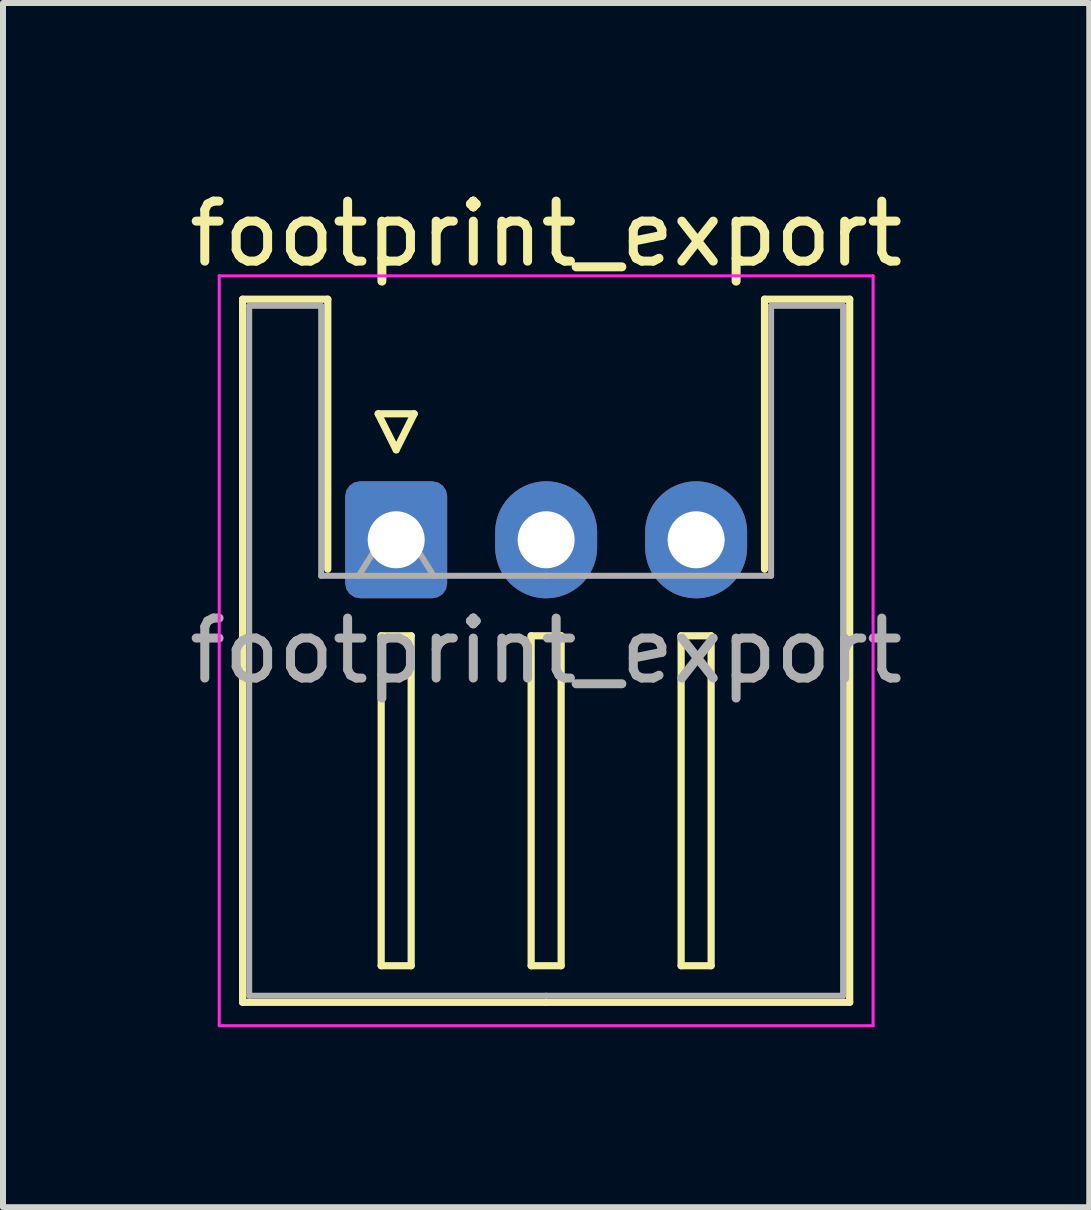
<source format=kicad_pcb>
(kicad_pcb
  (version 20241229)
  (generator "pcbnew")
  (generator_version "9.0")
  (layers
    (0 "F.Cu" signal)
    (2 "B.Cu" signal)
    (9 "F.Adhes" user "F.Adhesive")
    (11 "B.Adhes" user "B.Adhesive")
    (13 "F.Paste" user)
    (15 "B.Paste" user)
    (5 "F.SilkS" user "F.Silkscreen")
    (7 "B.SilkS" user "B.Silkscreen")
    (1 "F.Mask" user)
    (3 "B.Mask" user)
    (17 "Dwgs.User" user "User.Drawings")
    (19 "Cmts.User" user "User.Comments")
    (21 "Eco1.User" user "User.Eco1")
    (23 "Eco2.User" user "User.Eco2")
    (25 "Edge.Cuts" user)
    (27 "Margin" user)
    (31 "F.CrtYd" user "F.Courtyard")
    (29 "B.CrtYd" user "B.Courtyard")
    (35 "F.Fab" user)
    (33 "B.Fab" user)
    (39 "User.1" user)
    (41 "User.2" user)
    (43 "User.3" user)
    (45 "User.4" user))
  (footprint "footprint_export"
    (layer "F.Cu")
    (at 3.554 5.948)
    (property "Reference" "footprint_export" (at 2.5 -5.1 0) (layer "F.SilkS") (effects (font (size 1 1) (thickness 0.15))))
    (attr through_hole)
    (fp_line (start -2.56 -4.01) (end -1.14 -4.01) (stroke (width 0.12) (type solid)) (layer "F.SilkS"))
    (fp_line (start -2.56 7.71) (end -2.56 -4.01) (stroke (width 0.12) (type solid)) (layer "F.SilkS"))
    (fp_line (start -1.14 -4.01) (end -1.14 0.49) (stroke (width 0.12) (type solid)) (layer "F.SilkS"))
    (fp_line (start -0.3 -2.1) (end 0.3 -2.1) (stroke (width 0.12) (type solid)) (layer "F.SilkS"))
    (fp_line (start -0.25 1.6) (end -0.25 7.1) (stroke (width 0.12) (type solid)) (layer "F.SilkS"))
    (fp_line (start -0.25 7.1) (end 0.25 7.1) (stroke (width 0.12) (type solid)) (layer "F.SilkS"))
    (fp_line (start 0 -1.5) (end -0.3 -2.1) (stroke (width 0.12) (type solid)) (layer "F.SilkS"))
    (fp_line (start 0.25 1.6) (end -0.25 1.6) (stroke (width 0.12) (type solid)) (layer "F.SilkS"))
    (fp_line (start 0.25 7.1) (end 0.25 1.6) (stroke (width 0.12) (type solid)) (layer "F.SilkS"))
    (fp_line (start 0.3 -2.1) (end 0 -1.5) (stroke (width 0.12) (type solid)) (layer "F.SilkS"))
    (fp_line (start 2.25 1.6) (end 2.25 7.1) (stroke (width 0.12) (type solid)) (layer "F.SilkS"))
    (fp_line (start 2.25 7.1) (end 2.75 7.1) (stroke (width 0.12) (type solid)) (layer "F.SilkS"))
    (fp_line (start 2.5 7.71) (end -2.56 7.71) (stroke (width 0.12) (type solid)) (layer "F.SilkS"))
    (fp_line (start 2.5 7.71) (end 7.56 7.71) (stroke (width 0.12) (type solid)) (layer "F.SilkS"))
    (fp_line (start 2.75 1.6) (end 2.25 1.6) (stroke (width 0.12) (type solid)) (layer "F.SilkS"))
    (fp_line (start 2.75 7.1) (end 2.75 1.6) (stroke (width 0.12) (type solid)) (layer "F.SilkS"))
    (fp_line (start 4.75 1.6) (end 4.75 7.1) (stroke (width 0.12) (type solid)) (layer "F.SilkS"))
    (fp_line (start 4.75 7.1) (end 5.25 7.1) (stroke (width 0.12) (type solid)) (layer "F.SilkS"))
    (fp_line (start 5.25 1.6) (end 4.75 1.6) (stroke (width 0.12) (type solid)) (layer "F.SilkS"))
    (fp_line (start 5.25 7.1) (end 5.25 1.6) (stroke (width 0.12) (type solid)) (layer "F.SilkS"))
    (fp_line (start 6.14 -4.01) (end 6.14 0.49) (stroke (width 0.12) (type solid)) (layer "F.SilkS"))
    (fp_line (start 7.56 -4.01) (end 6.14 -4.01) (stroke (width 0.12) (type solid)) (layer "F.SilkS"))
    (fp_line (start 7.56 7.71) (end 7.56 -4.01) (stroke (width 0.12) (type solid)) (layer "F.SilkS"))
    (fp_line (start -2.95 -4.4) (end -2.95 8.1) (stroke (width 0.05) (type solid)) (layer "F.CrtYd"))
    (fp_line (start -2.95 8.1) (end 7.95 8.1) (stroke (width 0.05) (type solid)) (layer "F.CrtYd"))
    (fp_line (start 7.95 -4.4) (end -2.95 -4.4) (stroke (width 0.05) (type solid)) (layer "F.CrtYd"))
    (fp_line (start 7.95 8.1) (end 7.95 -4.4) (stroke (width 0.05) (type solid)) (layer "F.CrtYd"))
    (fp_line (start -2.45 -3.9) (end -1.25 -3.9) (stroke (width 0.1) (type solid)) (layer "F.Fab"))
    (fp_line (start -2.45 7.6) (end -2.45 -3.9) (stroke (width 0.1) (type solid)) (layer "F.Fab"))
    (fp_line (start -1.25 -3.9) (end -1.25 0.6) (stroke (width 0.1) (type solid)) (layer "F.Fab"))
    (fp_line (start -1.25 0.6) (end 2.5 0.6) (stroke (width 0.1) (type solid)) (layer "F.Fab"))
    (fp_line (start -0.625 0.6) (end 0 -0.4) (stroke (width 0.1) (type solid)) (layer "F.Fab"))
    (fp_line (start 0 -0.4) (end 0.625 0.6) (stroke (width 0.1) (type solid)) (layer "F.Fab"))
    (fp_line (start 2.5 7.6) (end -2.45 7.6) (stroke (width 0.1) (type solid)) (layer "F.Fab"))
    (fp_line (start 2.5 7.6) (end 7.45 7.6) (stroke (width 0.1) (type solid)) (layer "F.Fab"))
    (fp_line (start 6.25 -3.9) (end 6.25 0.6) (stroke (width 0.1) (type solid)) (layer "F.Fab"))
    (fp_line (start 6.25 0.6) (end 2.5 0.6) (stroke (width 0.1) (type solid)) (layer "F.Fab"))
    (fp_line (start 7.45 -3.9) (end 6.25 -3.9) (stroke (width 0.1) (type solid)) (layer "F.Fab"))
    (fp_line (start 7.45 7.6) (end 7.45 -3.9) (stroke (width 0.1) (type solid)) (layer "F.Fab"))
    (fp_text user "${REFERENCE}" (at 2.5 1.85 0) (layer "F.Fab") (effects (font (size 1 1) (thickness 0.15))))
    (pad "1" thru_hole roundrect (at 0 0) (size 1.7 1.95) (drill 0.95) (layers "*.Cu" "*.Mask") (roundrect_rratio 0.147))
    (pad "2" thru_hole oval (at 2.5 0) (size 1.7 1.95) (drill 0.95) (layers "*.Cu" "*.Mask"))
    (pad "3" thru_hole oval (at 5 0) (size 1.7 1.95) (drill 0.95) (layers "*.Cu" "*.Mask")))
  (gr_rect
    (start -3 -3)
    (end 15.107 17.073)
    (stroke (width 0.1) (type default))
    (fill no)
    (layer "Edge.Cuts")))
</source>
